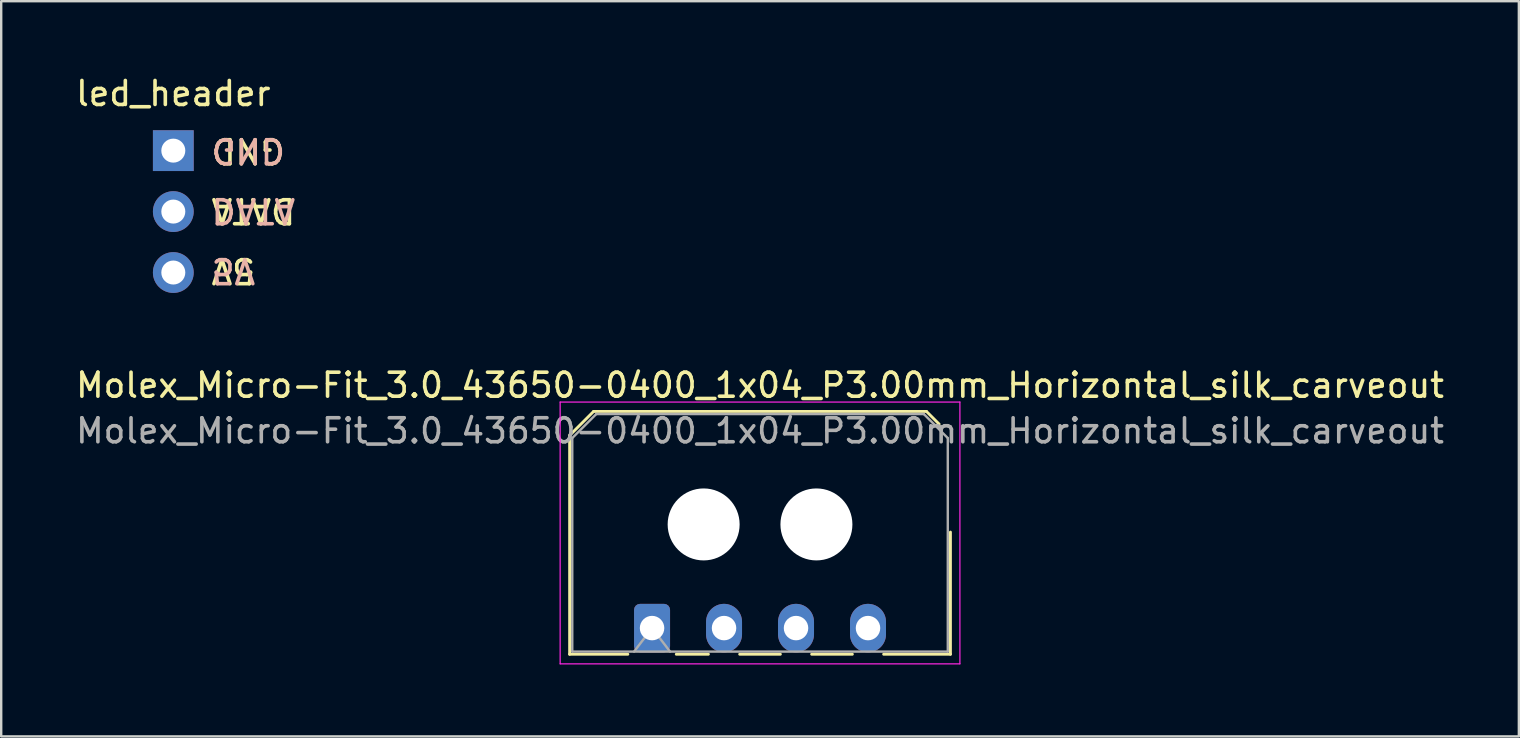
<source format=kicad_pcb>
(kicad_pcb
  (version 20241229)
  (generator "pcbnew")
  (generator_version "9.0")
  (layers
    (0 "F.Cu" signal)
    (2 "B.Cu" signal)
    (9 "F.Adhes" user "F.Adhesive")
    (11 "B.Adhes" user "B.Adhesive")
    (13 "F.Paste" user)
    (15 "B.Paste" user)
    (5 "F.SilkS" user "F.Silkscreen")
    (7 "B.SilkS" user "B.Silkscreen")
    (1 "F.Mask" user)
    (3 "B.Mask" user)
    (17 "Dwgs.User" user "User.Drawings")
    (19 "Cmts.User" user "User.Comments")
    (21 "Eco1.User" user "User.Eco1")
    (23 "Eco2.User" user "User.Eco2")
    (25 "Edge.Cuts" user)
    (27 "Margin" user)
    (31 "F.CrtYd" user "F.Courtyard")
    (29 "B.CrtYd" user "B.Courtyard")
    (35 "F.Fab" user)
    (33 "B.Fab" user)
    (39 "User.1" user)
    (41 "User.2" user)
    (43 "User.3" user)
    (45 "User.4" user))
  (footprint "Molex_Micro-Fit_3.0_43650-0400_1x04_P3.00mm_Horizontal_silk_carveout"
    (layer "F.Cu")
    (at 24.125 23.126)
    (property "Reference" "Molex_Micro-Fit_3.0_43650-0400_1x04_P3.00mm_Horizontal_silk_carveout" (at 4.5 -10.12 0) (layer "F.SilkS") (effects (font (size 1 1) (thickness 0.15))))
    (attr through_hole dnp)
    (fp_line (start -3.435 -8.03) (end -2.435 -9.03) (stroke (width 0.12) (type solid)) (layer "F.SilkS"))
    (fp_line (start -3.435 1.09) (end -3.435 -8.03) (stroke (width 0.12) (type solid)) (layer "F.SilkS"))
    (fp_line (start -3.435 1.09) (end -1.01 1.09) (stroke (width 0.12) (type solid)) (layer "F.SilkS"))
    (fp_line (start -2.435 -9.03) (end 11.435 -9.03) (stroke (width 0.12) (type solid)) (layer "F.SilkS"))
    (fp_line (start 1.01 1.09) (end 2.348 1.09) (stroke (width 0.12) (type solid)) (layer "F.SilkS"))
    (fp_line (start 3.652 1.09) (end 5.348 1.09) (stroke (width 0.12) (type solid)) (layer "F.SilkS"))
    (fp_line (start 6.652 1.09) (end 8.348 1.09) (stroke (width 0.12) (type solid)) (layer "F.SilkS"))
    (fp_line (start 11.435 -9.03) (end 11.964 -8.501) (stroke (width 0.12) (type solid)) (layer "F.SilkS"))
    (fp_line (start 12.435 -4) (end 12.435 1.09) (stroke (width 0.12) (type solid)) (layer "F.SilkS"))
    (fp_line (start 12.435 1.09) (end 9.652 1.09) (stroke (width 0.12) (type solid)) (layer "F.SilkS"))
    (fp_line (start -3.83 -9.42) (end 12.83 -9.42) (stroke (width 0.05) (type solid)) (layer "F.CrtYd"))
    (fp_line (start -3.83 1.49) (end -3.83 -9.42) (stroke (width 0.05) (type solid)) (layer "F.CrtYd"))
    (fp_line (start 12.83 -9.42) (end 12.83 1.49) (stroke (width 0.05) (type solid)) (layer "F.CrtYd"))
    (fp_line (start 12.83 1.49) (end -3.83 1.49) (stroke (width 0.05) (type solid)) (layer "F.CrtYd"))
    (fp_line (start -3.325 -7.92) (end -2.325 -8.92) (stroke (width 0.1) (type solid)) (layer "F.Fab"))
    (fp_line (start -3.325 0.98) (end -3.325 -7.92) (stroke (width 0.1) (type solid)) (layer "F.Fab"))
    (fp_line (start -2.325 -8.92) (end 11.325 -8.92) (stroke (width 0.1) (type solid)) (layer "F.Fab"))
    (fp_line (start -0.75 0.98) (end 0 0) (stroke (width 0.1) (type solid)) (layer "F.Fab"))
    (fp_line (start 0 0) (end 0.75 0.98) (stroke (width 0.1) (type solid)) (layer "F.Fab"))
    (fp_line (start 11.325 -8.92) (end 12.325 -7.92) (stroke (width 0.1) (type solid)) (layer "F.Fab"))
    (fp_line (start 12.325 -7.92) (end 12.325 0.98) (stroke (width 0.1) (type solid)) (layer "F.Fab"))
    (fp_line (start 12.325 0.98) (end -3.325 0.98) (stroke (width 0.1) (type solid)) (layer "F.Fab"))
    (fp_text user "${REFERENCE}" (at 4.5 -8.22 0) (layer "F.Fab") (effects (font (size 1 1) (thickness 0.15))))
    (pad "" np_thru_hole circle (at 2.15 -4.32) (size 3 3) (drill 3) (layers "*.Cu" "*.Mask"))
    (pad "" np_thru_hole circle (at 6.85 -4.32) (size 3 3) (drill 3) (layers "*.Cu" "*.Mask"))
    (pad "1" thru_hole roundrect (at 0 0) (size 1.5 2.02) (drill 1.02) (layers "*.Cu" "*.Mask") (roundrect_rratio 0.167))
    (pad "2" thru_hole oval (at 3 0) (size 1.5 2.02) (drill 1.02) (layers "*.Cu" "*.Mask"))
    (pad "3" thru_hole oval (at 6 0) (size 1.5 2.02) (drill 1.02) (layers "*.Cu" "*.Mask"))
    (pad "4" thru_hole oval (at 9 0) (size 1.5 2.02) (drill 1.02) (layers "*.Cu" "*.Mask")))
  (footprint "led_header"
    (layer "F.Cu")
    (at 4.173 3.228)
    (property "Reference" "led_header" (at 0 -2.38 180) (layer "F.SilkS") (effects (font (size 1 1) (thickness 0.15))))
    (attr through_hole dnp)
    (fp_text user "GND" (at 1.5 0 180) (unlocked yes) (layer "F.SilkS") (effects (font (size 1 1) (thickness 0.15)) (justify right)))
    (fp_text user "DATA" (at 1.5 2.5 180) (unlocked yes) (layer "F.SilkS") (effects (font (size 1 1) (thickness 0.15)) (justify right)))
    (fp_text user "5V" (at 1.5 5 180) (unlocked yes) (layer "F.SilkS") (effects (font (size 1 1) (thickness 0.15)) (justify right)))
    (fp_text user "5V" (at 1.5 5 180) (unlocked yes) (layer "B.SilkS") (effects (font (size 1 1) (thickness 0.15)) (justify left mirror)))
    (fp_text user "GND" (at 1.5 0 180) (unlocked yes) (layer "B.SilkS") (effects (font (size 1 1) (thickness 0.15)) (justify left mirror)))
    (fp_text user "DATA" (at 1.5 2.5 180) (unlocked yes) (layer "B.SilkS") (effects (font (size 1 1) (thickness 0.15)) (justify left mirror)))
    (pad "1" thru_hole rect (at 0 0) (size 1.7 1.7) (drill 1) (layers "*.Cu" "*.Mask"))
    (pad "2" thru_hole circle (at 0 2.54) (size 1.7 1.7) (drill 1) (layers "*.Cu" "*.Mask"))
    (pad "3" thru_hole circle (at 0 5.08) (size 1.7 1.7) (drill 1) (layers "*.Cu" "*.Mask")))
  (gr_rect
    (start -3 -3)
    (end 60.25 27.641)
    (stroke (width 0.1) (type default))
    (fill no)
    (layer "Edge.Cuts")))
</source>
